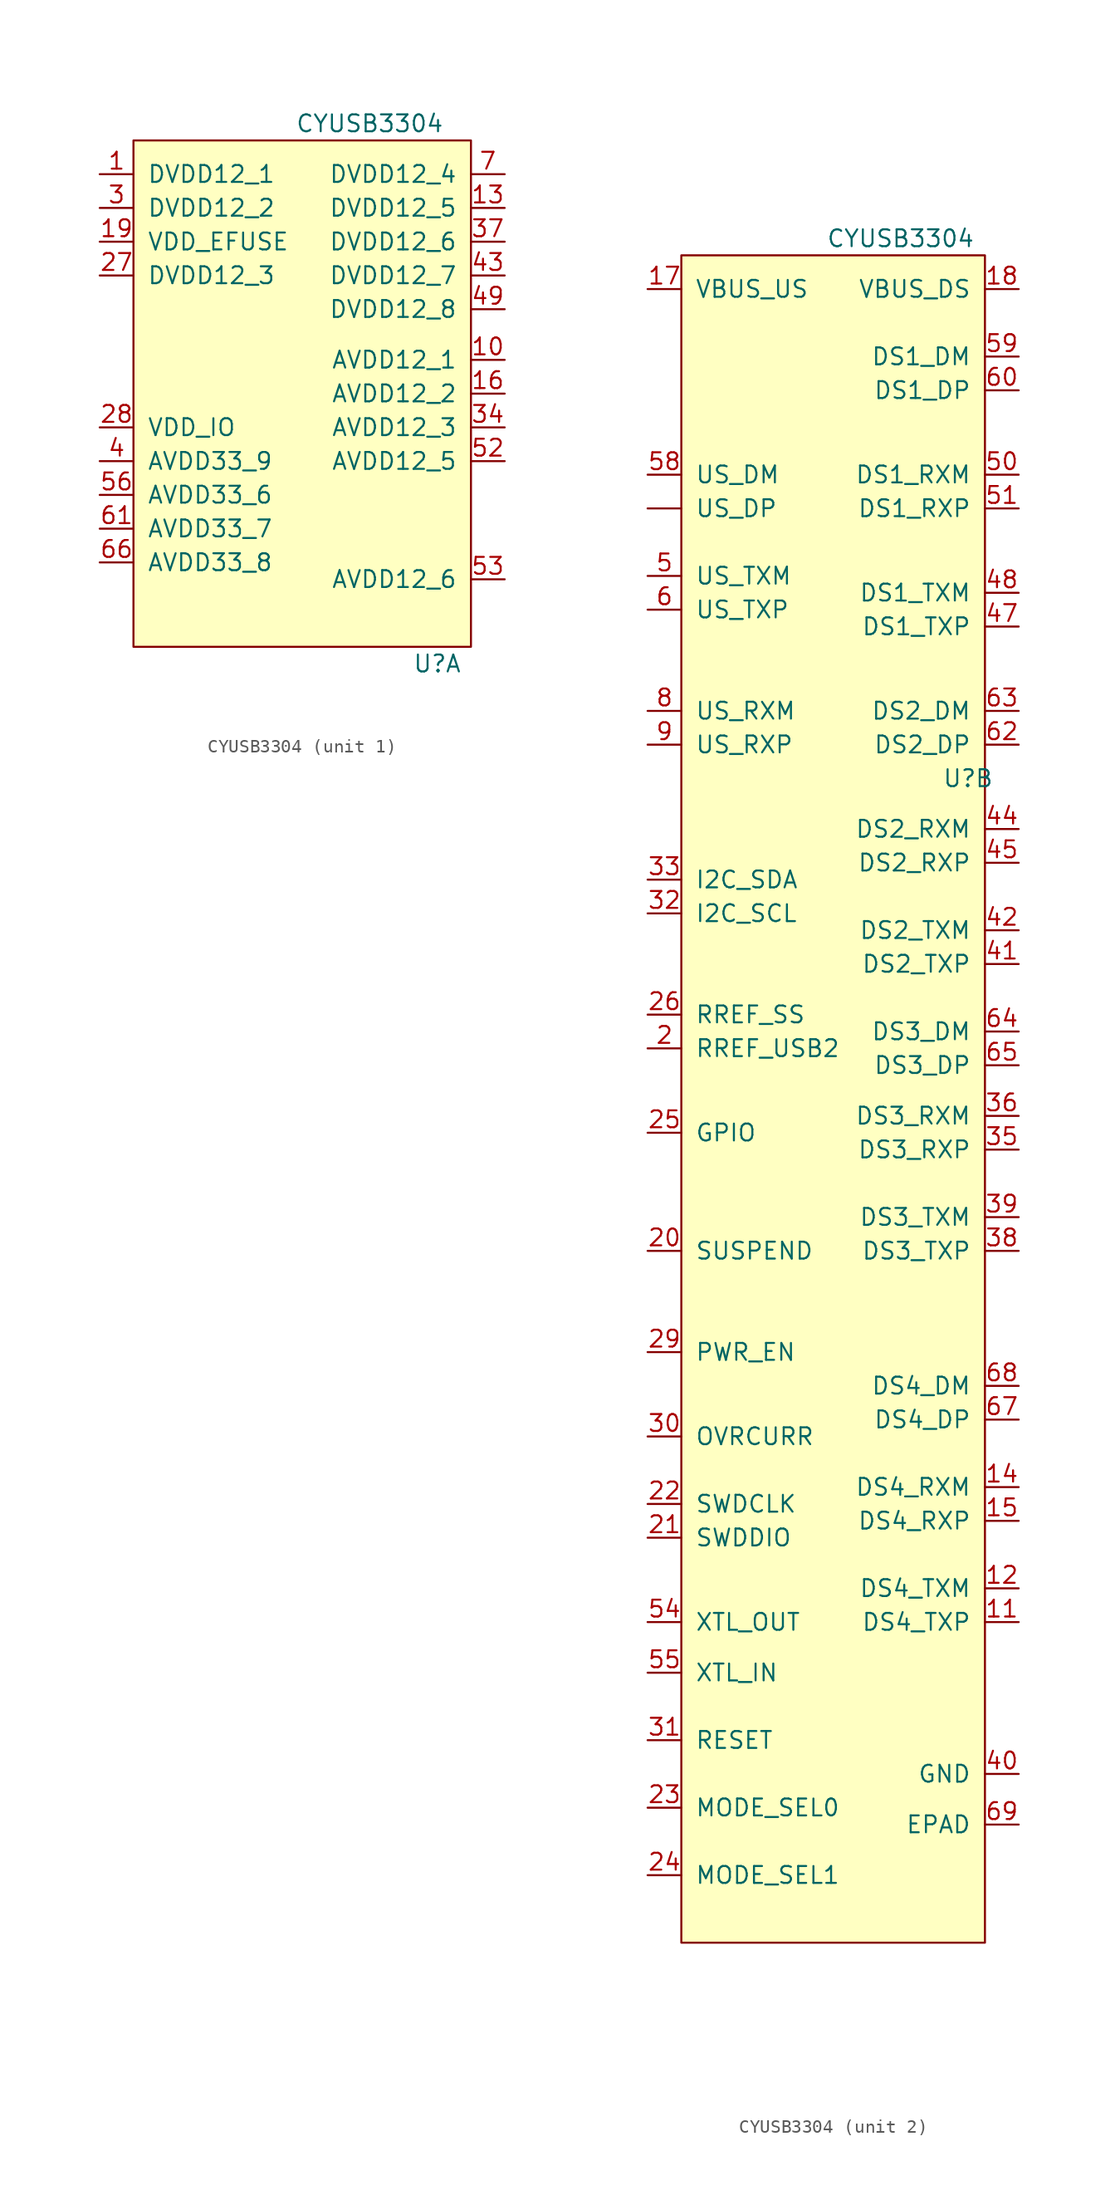
<source format=kicad_sym>
(kicad_symbol_lib
  (version 20211014)
  (generator kicad_symbol_editor)
  (symbol "CYUSB3304"
    (pin_names
      (offset 1.016))
    (property "Reference" "U"
      (at 11.43 -39.37 0)
      (effects (font (size 1.27 1.27))))
    (property "Value" "CYUSB3304"
      (at 6.35 1.27 0)
      (effects (font (size 1.27 1.27))))
    (property "ki_locked" ""
      (at 0 0 0)
      (effects (font (size 1.27 1.27))))
    (symbol "CYUSB3304_1_1"
      (rectangle (start -11.43 0) (end 13.97 -38.1) (stroke (width 0) (type default) (color 0 0 0 0)) (fill (type background)))
      (pin input line (at -13.97 -2.54 0) (length 2.54) (name "DVDD12_1" (effects (font (size 1.27 1.27)))) (number "1" (effects (font (size 1.27 1.27)))))
      (pin input line (at 16.51 -16.51 180) (length 2.54) (name "AVDD12_1" (effects (font (size 1.27 1.27)))) (number "10" (effects (font (size 1.27 1.27)))))
      (pin input line (at 16.51 -5.08 180) (length 2.54) (name "DVDD12_5" (effects (font (size 1.27 1.27)))) (number "13" (effects (font (size 1.27 1.27)))))
      (pin input line (at 16.51 -19.05 180) (length 2.54) (name "AVDD12_2" (effects (font (size 1.27 1.27)))) (number "16" (effects (font (size 1.27 1.27)))))
      (pin input line (at -13.97 -7.62 0) (length 2.54) (name "VDD_EFUSE" (effects (font (size 1.27 1.27)))) (number "19" (effects (font (size 1.27 1.27)))))
      (pin input line (at -13.97 -10.16 0) (length 2.54) (name "DVDD12_3" (effects (font (size 1.27 1.27)))) (number "27" (effects (font (size 1.27 1.27)))))
      (pin input line (at -13.97 -21.59 0) (length 2.54) (name "VDD_IO" (effects (font (size 1.27 1.27)))) (number "28" (effects (font (size 1.27 1.27)))))
      (pin input line (at -13.97 -5.08 0) (length 2.54) (name "DVDD12_2" (effects (font (size 1.27 1.27)))) (number "3" (effects (font (size 1.27 1.27)))))
      (pin input line (at 16.51 -21.59 180) (length 2.54) (name "AVDD12_3" (effects (font (size 1.27 1.27)))) (number "34" (effects (font (size 1.27 1.27)))))
      (pin input line (at 16.51 -7.62 180) (length 2.54) (name "DVDD12_6" (effects (font (size 1.27 1.27)))) (number "37" (effects (font (size 1.27 1.27)))))
      (pin input line (at -13.97 -24.13 0) (length 2.54) (name "AVDD33_9" (effects (font (size 1.27 1.27)))) (number "4" (effects (font (size 1.27 1.27)))))
      (pin input line (at 16.51 -10.16 180) (length 2.54) (name "DVDD12_7" (effects (font (size 1.27 1.27)))) (number "43" (effects (font (size 1.27 1.27)))))
      (pin input line (at 16.51 -12.7 180) (length 2.54) (name "DVDD12_8" (effects (font (size 1.27 1.27)))) (number "49" (effects (font (size 1.27 1.27)))))
      (pin input line (at 16.51 -24.13 180) (length 2.54) (name "AVDD12_5" (effects (font (size 1.27 1.27)))) (number "52" (effects (font (size 1.27 1.27)))))
      (pin input line (at 16.51 -33.02 180) (length 2.54) (name "AVDD12_6" (effects (font (size 1.27 1.27)))) (number "53" (effects (font (size 1.27 1.27)))))
      (pin input line (at -13.97 -26.67 0) (length 2.54) (name "AVDD33_6" (effects (font (size 1.27 1.27)))) (number "56" (effects (font (size 1.27 1.27)))))
      (pin input line (at -13.97 -29.21 0) (length 2.54) (name "AVDD33_7" (effects (font (size 1.27 1.27)))) (number "61" (effects (font (size 1.27 1.27)))))
      (pin input line (at -13.97 -31.75 0) (length 2.54) (name "AVDD33_8" (effects (font (size 1.27 1.27)))) (number "66" (effects (font (size 1.27 1.27)))))
      (pin input line (at 16.51 -2.54 180) (length 2.54) (name "DVDD12_4" (effects (font (size 1.27 1.27)))) (number "7" (effects (font (size 1.27 1.27))))))
    (symbol "CYUSB3304_2_1"
      (rectangle (start -10.16 0) (end 12.7 -127) (stroke (width 0) (type default) (color 0 0 0 0)) (fill (type background)))
      (pin input line (at 15.24 -102.87 180) (length 2.54) (name "DS4_TXP" (effects (font (size 1.27 1.27)))) (number "11" (effects (font (size 1.27 1.27)))))
      (pin input line (at 15.24 -100.33 180) (length 2.54) (name "DS4_TXM" (effects (font (size 1.27 1.27)))) (number "12" (effects (font (size 1.27 1.27)))))
      (pin input line (at 15.24 -92.71 180) (length 2.54) (name "DS4_RXM" (effects (font (size 1.27 1.27)))) (number "14" (effects (font (size 1.27 1.27)))))
      (pin input line (at 15.24 -95.25 180) (length 2.54) (name "DS4_RXP" (effects (font (size 1.27 1.27)))) (number "15" (effects (font (size 1.27 1.27)))))
      (pin input line (at -12.7 -2.54 0) (length 2.54) (name "VBUS_US" (effects (font (size 1.27 1.27)))) (number "17" (effects (font (size 1.27 1.27)))))
      (pin input line (at 15.24 -2.54 180) (length 2.54) (name "VBUS_DS" (effects (font (size 1.27 1.27)))) (number "18" (effects (font (size 1.27 1.27)))))
      (pin input line (at -12.7 -59.69 0) (length 2.54) (name "RREF_USB2" (effects (font (size 1.27 1.27)))) (number "2" (effects (font (size 1.27 1.27)))))
      (pin input line (at -12.7 -74.93 0) (length 2.54) (name "SUSPEND" (effects (font (size 1.27 1.27)))) (number "20" (effects (font (size 1.27 1.27)))))
      (pin input line (at -12.7 -96.52 0) (length 2.54) (name "SWDDIO" (effects (font (size 1.27 1.27)))) (number "21" (effects (font (size 1.27 1.27)))))
      (pin input line (at -12.7 -93.98 0) (length 2.54) (name "SWDCLK" (effects (font (size 1.27 1.27)))) (number "22" (effects (font (size 1.27 1.27)))))
      (pin input line (at -12.7 -116.84 0) (length 2.54) (name "MODE_SEL0" (effects (font (size 1.27 1.27)))) (number "23" (effects (font (size 1.27 1.27)))))
      (pin input line (at -12.7 -121.92 0) (length 2.54) (name "MODE_SEL1" (effects (font (size 1.27 1.27)))) (number "24" (effects (font (size 1.27 1.27)))))
      (pin input line (at -12.7 -66.04 0) (length 2.54) (name "GPIO" (effects (font (size 1.27 1.27)))) (number "25" (effects (font (size 1.27 1.27)))))
      (pin input line (at -12.7 -57.15 0) (length 2.54) (name "RREF_SS" (effects (font (size 1.27 1.27)))) (number "26" (effects (font (size 1.27 1.27)))))
      (pin input line (at -12.7 -82.55 0) (length 2.54) (name "PWR_EN" (effects (font (size 1.27 1.27)))) (number "29" (effects (font (size 1.27 1.27)))))
      (pin input line (at -12.7 -88.9 0) (length 2.54) (name "OVRCURR" (effects (font (size 1.27 1.27)))) (number "30" (effects (font (size 1.27 1.27)))))
      (pin input line (at -12.7 -111.76 0) (length 2.54) (name "RESET" (effects (font (size 1.27 1.27)))) (number "31" (effects (font (size 1.27 1.27)))))
      (pin input line (at -12.7 -49.53 0) (length 2.54) (name "I2C_SCL" (effects (font (size 1.27 1.27)))) (number "32" (effects (font (size 1.27 1.27)))))
      (pin input line (at -12.7 -46.99 0) (length 2.54) (name "I2C_SDA" (effects (font (size 1.27 1.27)))) (number "33" (effects (font (size 1.27 1.27)))))
      (pin input line (at 15.24 -67.31 180) (length 2.54) (name "DS3_RXP" (effects (font (size 1.27 1.27)))) (number "35" (effects (font (size 1.27 1.27)))))
      (pin input line (at 15.24 -64.77 180) (length 2.54) (name "DS3_RXM" (effects (font (size 1.27 1.27)))) (number "36" (effects (font (size 1.27 1.27)))))
      (pin input line (at 15.24 -74.93 180) (length 2.54) (name "DS3_TXP" (effects (font (size 1.27 1.27)))) (number "38" (effects (font (size 1.27 1.27)))))
      (pin input line (at 15.24 -72.39 180) (length 2.54) (name "DS3_TXM" (effects (font (size 1.27 1.27)))) (number "39" (effects (font (size 1.27 1.27)))))
      (pin input line (at 15.24 -114.3 180) (length 2.54) (name "GND" (effects (font (size 1.27 1.27)))) (number "40" (effects (font (size 1.27 1.27)))))
      (pin input line (at 15.24 -53.34 180) (length 2.54) (name "DS2_TXP" (effects (font (size 1.27 1.27)))) (number "41" (effects (font (size 1.27 1.27)))))
      (pin input line (at 15.24 -50.8 180) (length 2.54) (name "DS2_TXM" (effects (font (size 1.27 1.27)))) (number "42" (effects (font (size 1.27 1.27)))))
      (pin input line (at 15.24 -43.18 180) (length 2.54) (name "DS2_RXM" (effects (font (size 1.27 1.27)))) (number "44" (effects (font (size 1.27 1.27)))))
      (pin input line (at 15.24 -45.72 180) (length 2.54) (name "DS2_RXP" (effects (font (size 1.27 1.27)))) (number "45" (effects (font (size 1.27 1.27)))))
      (pin input line (at 15.24 -27.94 180) (length 2.54) (name "DS1_TXP" (effects (font (size 1.27 1.27)))) (number "47" (effects (font (size 1.27 1.27)))))
      (pin input line (at 15.24 -25.4 180) (length 2.54) (name "DS1_TXM" (effects (font (size 1.27 1.27)))) (number "48" (effects (font (size 1.27 1.27)))))
      (pin input line (at -12.7 -24.13 0) (length 2.54) (name "US_TXM" (effects (font (size 1.27 1.27)))) (number "5" (effects (font (size 1.27 1.27)))))
      (pin input line (at 15.24 -16.51 180) (length 2.54) (name "DS1_RXM" (effects (font (size 1.27 1.27)))) (number "50" (effects (font (size 1.27 1.27)))))
      (pin input line (at 15.24 -19.05 180) (length 2.54) (name "DS1_RXP" (effects (font (size 1.27 1.27)))) (number "51" (effects (font (size 1.27 1.27)))))
      (pin input line (at -12.7 -102.87 0) (length 2.54) (name "XTL_OUT" (effects (font (size 1.27 1.27)))) (number "54" (effects (font (size 1.27 1.27)))))
      (pin input line (at -12.7 -106.68 0) (length 2.54) (name "XTL_IN" (effects (font (size 1.27 1.27)))) (number "55" (effects (font (size 1.27 1.27)))))
      (pin input line (at -12.7 -16.51 0) (length 2.54) (name "US_DM" (effects (font (size 1.27 1.27)))) (number "58" (effects (font (size 1.27 1.27)))))
      (pin input line (at 15.24 -7.62 180) (length 2.54) (name "DS1_DM" (effects (font (size 1.27 1.27)))) (number "59" (effects (font (size 1.27 1.27)))))
      (pin input line (at -12.7 -26.67 0) (length 2.54) (name "US_TXP" (effects (font (size 1.27 1.27)))) (number "6" (effects (font (size 1.27 1.27)))))
      (pin input line (at 15.24 -10.16 180) (length 2.54) (name "DS1_DP" (effects (font (size 1.27 1.27)))) (number "60" (effects (font (size 1.27 1.27)))))
      (pin input line (at 15.24 -36.83 180) (length 2.54) (name "DS2_DP" (effects (font (size 1.27 1.27)))) (number "62" (effects (font (size 1.27 1.27)))))
      (pin input line (at 15.24 -34.29 180) (length 2.54) (name "DS2_DM" (effects (font (size 1.27 1.27)))) (number "63" (effects (font (size 1.27 1.27)))))
      (pin input line (at 15.24 -58.42 180) (length 2.54) (name "DS3_DM" (effects (font (size 1.27 1.27)))) (number "64" (effects (font (size 1.27 1.27)))))
      (pin input line (at 15.24 -60.96 180) (length 2.54) (name "DS3_DP" (effects (font (size 1.27 1.27)))) (number "65" (effects (font (size 1.27 1.27)))))
      (pin input line (at 15.24 -87.63 180) (length 2.54) (name "DS4_DP" (effects (font (size 1.27 1.27)))) (number "67" (effects (font (size 1.27 1.27)))))
      (pin input line (at 15.24 -85.09 180) (length 2.54) (name "DS4_DM" (effects (font (size 1.27 1.27)))) (number "68" (effects (font (size 1.27 1.27)))))
      (pin input line (at 15.24 -118.11 180) (length 2.54) (name "EPAD" (effects (font (size 1.27 1.27)))) (number "69" (effects (font (size 1.27 1.27)))))
      (pin input line (at -12.7 -34.29 0) (length 2.54) (name "US_RXM" (effects (font (size 1.27 1.27)))) (number "8" (effects (font (size 1.27 1.27)))))
      (pin input line (at -12.7 -36.83 0) (length 2.54) (name "US_RXP" (effects (font (size 1.27 1.27)))) (number "9" (effects (font (size 1.27 1.27)))))
      (pin input line (at -12.7 -19.05 0) (length 2.54) (name "US_DP" (effects (font (size 1.27 1.27)))) (number "~" (effects (font (size 1.27 1.27))))))))
</source>
